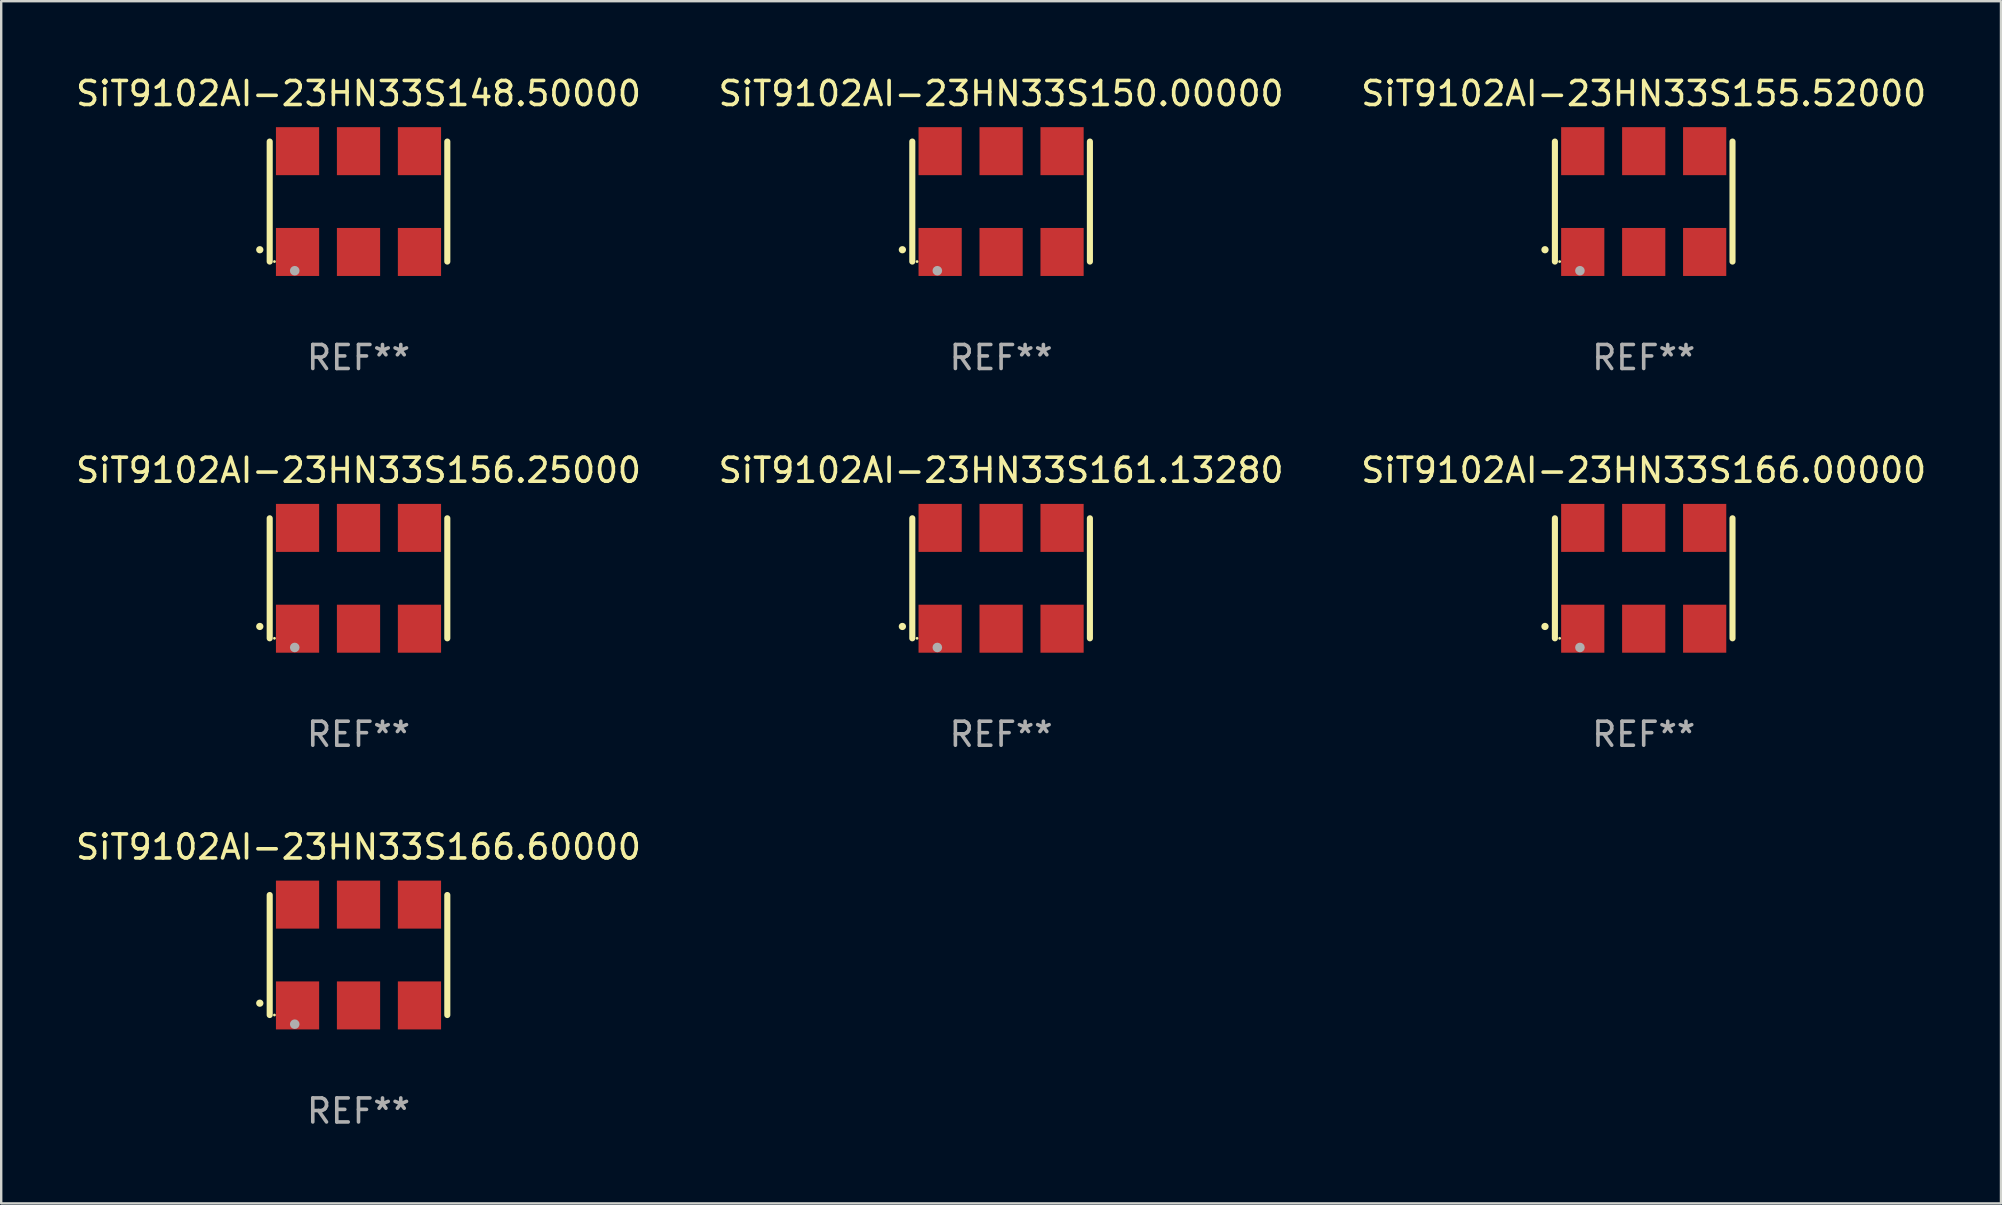
<source format=kicad_pcb>
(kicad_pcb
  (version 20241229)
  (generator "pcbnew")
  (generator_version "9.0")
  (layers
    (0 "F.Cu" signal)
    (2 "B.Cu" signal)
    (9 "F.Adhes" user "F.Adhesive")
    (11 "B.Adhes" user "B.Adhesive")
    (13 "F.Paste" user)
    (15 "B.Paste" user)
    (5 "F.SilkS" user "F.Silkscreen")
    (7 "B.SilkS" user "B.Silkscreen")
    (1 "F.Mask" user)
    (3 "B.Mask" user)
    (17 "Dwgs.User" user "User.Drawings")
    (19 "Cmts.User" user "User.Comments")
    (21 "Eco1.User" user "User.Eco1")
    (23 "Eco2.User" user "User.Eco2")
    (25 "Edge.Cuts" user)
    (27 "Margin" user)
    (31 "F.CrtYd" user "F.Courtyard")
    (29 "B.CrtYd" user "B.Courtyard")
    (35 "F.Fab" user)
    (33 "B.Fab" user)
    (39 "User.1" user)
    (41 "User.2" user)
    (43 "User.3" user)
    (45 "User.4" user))
  (footprint "SiT9102AI-23HN33S156.25000"
    (layer "F.Cu")
    (at 11.887 21.045)
    (property "Reference" "SiT9102AI-23HN33S156.25000" (at 0 -4.5 0) (layer "F.SilkS") (effects (font (size 1 1) (thickness 0.15))))
    (attr through_hole)
    (fp_line (start -3.7 -2.5) (end -3.7 2.5) (stroke (width 0.254) (type solid)) (layer "F.SilkS"))
    (fp_line (start 3.7 -2.5) (end 3.7 2.5) (stroke (width 0.254) (type solid)) (layer "F.SilkS"))
    (fp_arc (start -4.114415 2.006604) (mid -4.113145 2.006599) (end -4.111875 2.006604) (stroke (width 0.3) (type solid)) (layer "F.SilkS"))
    (fp_circle (center -3.502 2.5) (end -3.472 2.5) (stroke (width 0.06) (type solid)) (fill no) (layer "F.SilkS"))
    (fp_circle (center -2.657 2.882) (end -2.557 2.882) (stroke (width 0.2) (type solid)) (fill no) (layer "F.Fab"))
    (fp_text user "REF**" (at 0 6.5 0) (layer "F.Fab") (effects (font (size 1 1) (thickness 0.15))))
    (pad "1" smd rect (at -2.54 2.1) (size 1.8 2) (layers "F.Cu" "F.Mask" "F.Paste"))
    (pad "2" smd rect (at 0.000394 2.1) (size 1.8 2) (layers "F.Cu" "F.Mask" "F.Paste"))
    (pad "3" smd rect (at 2.54 2.1) (size 1.8 2) (layers "F.Cu" "F.Mask" "F.Paste"))
    (pad "4" smd rect (at 2.54 -2.1) (size 1.8 2) (layers "F.Cu" "F.Mask" "F.Paste"))
    (pad "5" smd rect (at 0.000394 -2.1) (size 1.8 2) (layers "F.Cu" "F.Mask" "F.Paste"))
    (pad "6" smd rect (at -2.54 -2.1) (size 1.8 2) (layers "F.Cu" "F.Mask" "F.Paste")))
  (footprint "SiT9102AI-23HN33S155.52000"
    (layer "F.Cu")
    (at 65.435 5.348)
    (property "Reference" "SiT9102AI-23HN33S155.52000" (at 0 -4.5 0) (layer "F.SilkS") (effects (font (size 1 1) (thickness 0.15))))
    (attr through_hole)
    (fp_line (start -3.7 -2.5) (end -3.7 2.5) (stroke (width 0.254) (type solid)) (layer "F.SilkS"))
    (fp_line (start 3.7 -2.5) (end 3.7 2.5) (stroke (width 0.254) (type solid)) (layer "F.SilkS"))
    (fp_arc (start -4.114415 2.006604) (mid -4.113145 2.006599) (end -4.111875 2.006604) (stroke (width 0.3) (type solid)) (layer "F.SilkS"))
    (fp_circle (center -3.502 2.5) (end -3.472 2.5) (stroke (width 0.06) (type solid)) (fill no) (layer "F.SilkS"))
    (fp_circle (center -2.657 2.882) (end -2.557 2.882) (stroke (width 0.2) (type solid)) (fill no) (layer "F.Fab"))
    (fp_text user "REF**" (at 0 6.5 0) (layer "F.Fab") (effects (font (size 1 1) (thickness 0.15))))
    (pad "1" smd rect (at -2.54 2.1) (size 1.8 2) (layers "F.Cu" "F.Mask" "F.Paste"))
    (pad "2" smd rect (at 0.000394 2.1) (size 1.8 2) (layers "F.Cu" "F.Mask" "F.Paste"))
    (pad "3" smd rect (at 2.54 2.1) (size 1.8 2) (layers "F.Cu" "F.Mask" "F.Paste"))
    (pad "4" smd rect (at 2.54 -2.1) (size 1.8 2) (layers "F.Cu" "F.Mask" "F.Paste"))
    (pad "5" smd rect (at 0.000394 -2.1) (size 1.8 2) (layers "F.Cu" "F.Mask" "F.Paste"))
    (pad "6" smd rect (at -2.54 -2.1) (size 1.8 2) (layers "F.Cu" "F.Mask" "F.Paste")))
  (footprint "SiT9102AI-23HN33S166.00000"
    (layer "F.Cu")
    (at 65.435 21.045)
    (property "Reference" "SiT9102AI-23HN33S166.00000" (at 0 -4.5 0) (layer "F.SilkS") (effects (font (size 1 1) (thickness 0.15))))
    (attr through_hole)
    (fp_line (start -3.7 -2.5) (end -3.7 2.5) (stroke (width 0.254) (type solid)) (layer "F.SilkS"))
    (fp_line (start 3.7 -2.5) (end 3.7 2.5) (stroke (width 0.254) (type solid)) (layer "F.SilkS"))
    (fp_arc (start -4.114415 2.006604) (mid -4.113145 2.006599) (end -4.111875 2.006604) (stroke (width 0.3) (type solid)) (layer "F.SilkS"))
    (fp_circle (center -3.502 2.5) (end -3.472 2.5) (stroke (width 0.06) (type solid)) (fill no) (layer "F.SilkS"))
    (fp_circle (center -2.657 2.882) (end -2.557 2.882) (stroke (width 0.2) (type solid)) (fill no) (layer "F.Fab"))
    (fp_text user "REF**" (at 0 6.5 0) (layer "F.Fab") (effects (font (size 1 1) (thickness 0.15))))
    (pad "1" smd rect (at -2.54 2.1) (size 1.8 2) (layers "F.Cu" "F.Mask" "F.Paste"))
    (pad "2" smd rect (at 0.000394 2.1) (size 1.8 2) (layers "F.Cu" "F.Mask" "F.Paste"))
    (pad "3" smd rect (at 2.54 2.1) (size 1.8 2) (layers "F.Cu" "F.Mask" "F.Paste"))
    (pad "4" smd rect (at 2.54 -2.1) (size 1.8 2) (layers "F.Cu" "F.Mask" "F.Paste"))
    (pad "5" smd rect (at 0.000394 -2.1) (size 1.8 2) (layers "F.Cu" "F.Mask" "F.Paste"))
    (pad "6" smd rect (at -2.54 -2.1) (size 1.8 2) (layers "F.Cu" "F.Mask" "F.Paste")))
  (footprint "SiT9102AI-23HN33S166.60000"
    (layer "F.Cu")
    (at 11.887 36.741)
    (property "Reference" "SiT9102AI-23HN33S166.60000" (at 0 -4.5 0) (layer "F.SilkS") (effects (font (size 1 1) (thickness 0.15))))
    (attr through_hole)
    (fp_line (start -3.7 -2.5) (end -3.7 2.5) (stroke (width 0.254) (type solid)) (layer "F.SilkS"))
    (fp_line (start 3.7 -2.5) (end 3.7 2.5) (stroke (width 0.254) (type solid)) (layer "F.SilkS"))
    (fp_arc (start -4.114415 2.006604) (mid -4.113145 2.006599) (end -4.111875 2.006604) (stroke (width 0.3) (type solid)) (layer "F.SilkS"))
    (fp_circle (center -3.502 2.5) (end -3.472 2.5) (stroke (width 0.06) (type solid)) (fill no) (layer "F.SilkS"))
    (fp_circle (center -2.657 2.882) (end -2.557 2.882) (stroke (width 0.2) (type solid)) (fill no) (layer "F.Fab"))
    (fp_text user "REF**" (at 0 6.5 0) (layer "F.Fab") (effects (font (size 1 1) (thickness 0.15))))
    (pad "1" smd rect (at -2.54 2.1) (size 1.8 2) (layers "F.Cu" "F.Mask" "F.Paste"))
    (pad "2" smd rect (at 0.000394 2.1) (size 1.8 2) (layers "F.Cu" "F.Mask" "F.Paste"))
    (pad "3" smd rect (at 2.54 2.1) (size 1.8 2) (layers "F.Cu" "F.Mask" "F.Paste"))
    (pad "4" smd rect (at 2.54 -2.1) (size 1.8 2) (layers "F.Cu" "F.Mask" "F.Paste"))
    (pad "5" smd rect (at 0.000394 -2.1) (size 1.8 2) (layers "F.Cu" "F.Mask" "F.Paste"))
    (pad "6" smd rect (at -2.54 -2.1) (size 1.8 2) (layers "F.Cu" "F.Mask" "F.Paste")))
  (footprint "SiT9102AI-23HN33S150.00000"
    (layer "F.Cu")
    (at 38.661 5.348)
    (property "Reference" "SiT9102AI-23HN33S150.00000" (at 0 -4.5 0) (layer "F.SilkS") (effects (font (size 1 1) (thickness 0.15))))
    (attr through_hole)
    (fp_line (start -3.7 -2.5) (end -3.7 2.5) (stroke (width 0.254) (type solid)) (layer "F.SilkS"))
    (fp_line (start 3.7 -2.5) (end 3.7 2.5) (stroke (width 0.254) (type solid)) (layer "F.SilkS"))
    (fp_arc (start -4.114415 2.006604) (mid -4.113145 2.006599) (end -4.111875 2.006604) (stroke (width 0.3) (type solid)) (layer "F.SilkS"))
    (fp_circle (center -3.502 2.5) (end -3.472 2.5) (stroke (width 0.06) (type solid)) (fill no) (layer "F.SilkS"))
    (fp_circle (center -2.657 2.882) (end -2.557 2.882) (stroke (width 0.2) (type solid)) (fill no) (layer "F.Fab"))
    (fp_text user "REF**" (at 0 6.5 0) (layer "F.Fab") (effects (font (size 1 1) (thickness 0.15))))
    (pad "1" smd rect (at -2.54 2.1) (size 1.8 2) (layers "F.Cu" "F.Mask" "F.Paste"))
    (pad "2" smd rect (at 0.000394 2.1) (size 1.8 2) (layers "F.Cu" "F.Mask" "F.Paste"))
    (pad "3" smd rect (at 2.54 2.1) (size 1.8 2) (layers "F.Cu" "F.Mask" "F.Paste"))
    (pad "4" smd rect (at 2.54 -2.1) (size 1.8 2) (layers "F.Cu" "F.Mask" "F.Paste"))
    (pad "5" smd rect (at 0.000394 -2.1) (size 1.8 2) (layers "F.Cu" "F.Mask" "F.Paste"))
    (pad "6" smd rect (at -2.54 -2.1) (size 1.8 2) (layers "F.Cu" "F.Mask" "F.Paste")))
  (footprint "SiT9102AI-23HN33S161.13280"
    (layer "F.Cu")
    (at 38.661 21.045)
    (property "Reference" "SiT9102AI-23HN33S161.13280" (at 0 -4.5 0) (layer "F.SilkS") (effects (font (size 1 1) (thickness 0.15))))
    (attr through_hole)
    (fp_line (start -3.7 -2.5) (end -3.7 2.5) (stroke (width 0.254) (type solid)) (layer "F.SilkS"))
    (fp_line (start 3.7 -2.5) (end 3.7 2.5) (stroke (width 0.254) (type solid)) (layer "F.SilkS"))
    (fp_arc (start -4.114415 2.006604) (mid -4.113145 2.006599) (end -4.111875 2.006604) (stroke (width 0.3) (type solid)) (layer "F.SilkS"))
    (fp_circle (center -3.502 2.5) (end -3.472 2.5) (stroke (width 0.06) (type solid)) (fill no) (layer "F.SilkS"))
    (fp_circle (center -2.657 2.882) (end -2.557 2.882) (stroke (width 0.2) (type solid)) (fill no) (layer "F.Fab"))
    (fp_text user "REF**" (at 0 6.5 0) (layer "F.Fab") (effects (font (size 1 1) (thickness 0.15))))
    (pad "1" smd rect (at -2.54 2.1) (size 1.8 2) (layers "F.Cu" "F.Mask" "F.Paste"))
    (pad "2" smd rect (at 0.000394 2.1) (size 1.8 2) (layers "F.Cu" "F.Mask" "F.Paste"))
    (pad "3" smd rect (at 2.54 2.1) (size 1.8 2) (layers "F.Cu" "F.Mask" "F.Paste"))
    (pad "4" smd rect (at 2.54 -2.1) (size 1.8 2) (layers "F.Cu" "F.Mask" "F.Paste"))
    (pad "5" smd rect (at 0.000394 -2.1) (size 1.8 2) (layers "F.Cu" "F.Mask" "F.Paste"))
    (pad "6" smd rect (at -2.54 -2.1) (size 1.8 2) (layers "F.Cu" "F.Mask" "F.Paste")))
  (footprint "SiT9102AI-23HN33S148.50000"
    (layer "F.Cu")
    (at 11.887 5.348)
    (property "Reference" "SiT9102AI-23HN33S148.50000" (at 0 -4.5 0) (layer "F.SilkS") (effects (font (size 1 1) (thickness 0.15))))
    (attr through_hole)
    (fp_line (start -3.7 -2.5) (end -3.7 2.5) (stroke (width 0.254) (type solid)) (layer "F.SilkS"))
    (fp_line (start 3.7 -2.5) (end 3.7 2.5) (stroke (width 0.254) (type solid)) (layer "F.SilkS"))
    (fp_arc (start -4.114415 2.006604) (mid -4.113145 2.006599) (end -4.111875 2.006604) (stroke (width 0.3) (type solid)) (layer "F.SilkS"))
    (fp_circle (center -3.502 2.5) (end -3.472 2.5) (stroke (width 0.06) (type solid)) (fill no) (layer "F.SilkS"))
    (fp_circle (center -2.657 2.882) (end -2.557 2.882) (stroke (width 0.2) (type solid)) (fill no) (layer "F.Fab"))
    (fp_text user "REF**" (at 0 6.5 0) (layer "F.Fab") (effects (font (size 1 1) (thickness 0.15))))
    (pad "1" smd rect (at -2.54 2.1) (size 1.8 2) (layers "F.Cu" "F.Mask" "F.Paste"))
    (pad "2" smd rect (at 0.000394 2.1) (size 1.8 2) (layers "F.Cu" "F.Mask" "F.Paste"))
    (pad "3" smd rect (at 2.54 2.1) (size 1.8 2) (layers "F.Cu" "F.Mask" "F.Paste"))
    (pad "4" smd rect (at 2.54 -2.1) (size 1.8 2) (layers "F.Cu" "F.Mask" "F.Paste"))
    (pad "5" smd rect (at 0.000394 -2.1) (size 1.8 2) (layers "F.Cu" "F.Mask" "F.Paste"))
    (pad "6" smd rect (at -2.54 -2.1) (size 1.8 2) (layers "F.Cu" "F.Mask" "F.Paste")))
  (gr_rect
    (start -3 -3)
    (end 80.321 47.09)
    (stroke (width 0.1) (type default))
    (fill no)
    (layer "Edge.Cuts")))
</source>
